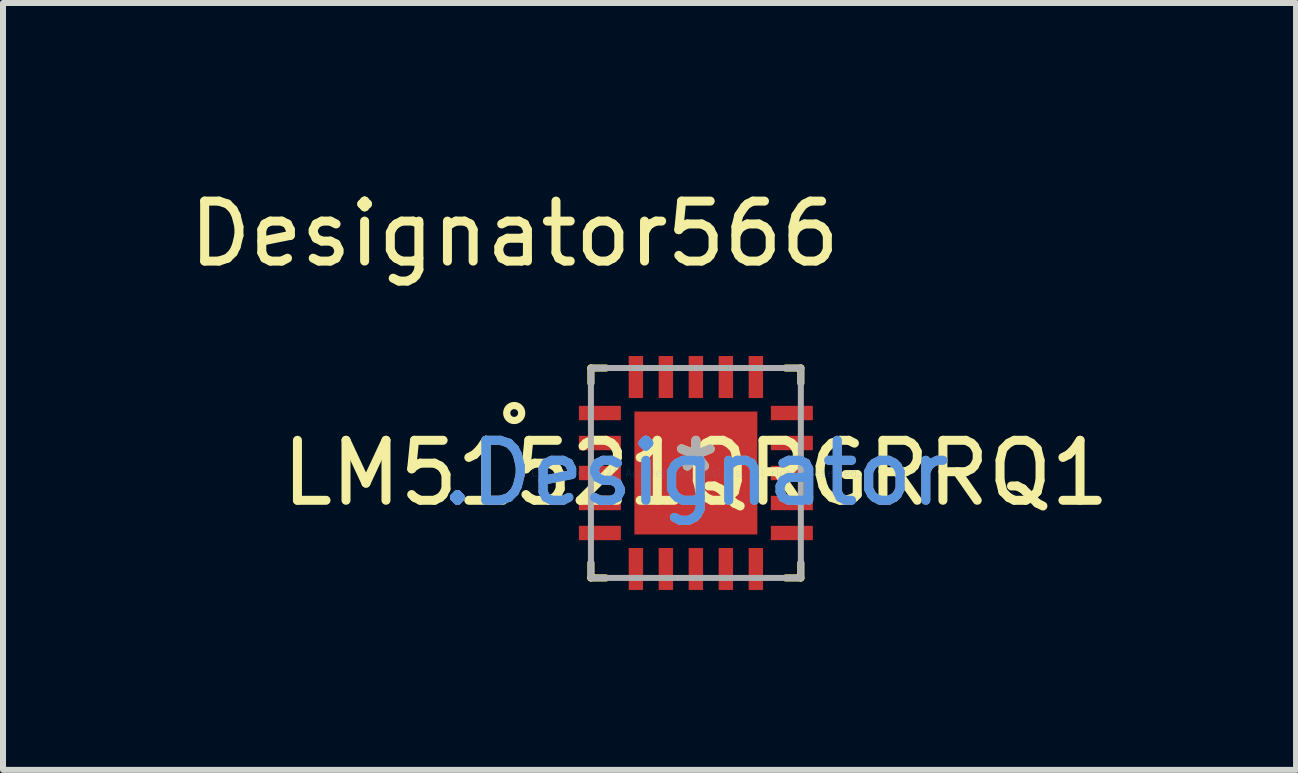
<source format=kicad_pcb>
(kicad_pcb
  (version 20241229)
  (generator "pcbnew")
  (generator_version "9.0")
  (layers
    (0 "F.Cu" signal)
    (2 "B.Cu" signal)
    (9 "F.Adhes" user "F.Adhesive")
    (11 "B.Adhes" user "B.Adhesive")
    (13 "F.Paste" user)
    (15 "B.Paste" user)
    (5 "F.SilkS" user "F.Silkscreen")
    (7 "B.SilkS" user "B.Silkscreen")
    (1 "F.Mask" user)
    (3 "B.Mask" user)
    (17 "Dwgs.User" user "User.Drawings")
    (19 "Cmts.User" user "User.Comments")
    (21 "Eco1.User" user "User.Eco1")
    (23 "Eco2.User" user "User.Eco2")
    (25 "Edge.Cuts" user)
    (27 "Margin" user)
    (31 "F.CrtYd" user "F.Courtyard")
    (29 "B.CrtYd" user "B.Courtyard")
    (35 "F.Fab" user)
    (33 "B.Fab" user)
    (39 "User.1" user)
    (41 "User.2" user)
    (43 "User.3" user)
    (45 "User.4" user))
  (footprint "LM51521QRGRRQ1"
    (layer "F.Cu")
    (at 8.552 4.836)
    (property "Reference" "LM51521QRGRRQ1" (at 0 0 0) (layer "F.SilkS") (effects (font (size 1 1) (thickness 0.15))))
    (attr through_hole)
    (fp_line (start -1.75 -1.75) (end -1.5 -1.75) (stroke (width 0.12) (type solid)) (layer "F.SilkS"))
    (fp_line (start -1.75 -1.5) (end -1.75 -1.75) (stroke (width 0.12) (type solid)) (layer "F.SilkS"))
    (fp_line (start -1.75 1.75) (end -1.75 1.5) (stroke (width 0.12) (type solid)) (layer "F.SilkS"))
    (fp_line (start -1.75 1.75) (end -1.5 1.75) (stroke (width 0.12) (type solid)) (layer "F.SilkS"))
    (fp_line (start 1.5 -1.75) (end 1.75 -1.75) (stroke (width 0.12) (type solid)) (layer "F.SilkS"))
    (fp_line (start 1.5 1.75) (end 1.75 1.75) (stroke (width 0.12) (type solid)) (layer "F.SilkS"))
    (fp_line (start 1.75 -1.5) (end 1.75 -1.75) (stroke (width 0.12) (type solid)) (layer "F.SilkS"))
    (fp_line (start 1.75 1.75) (end 1.75 1.5) (stroke (width 0.12) (type solid)) (layer "F.SilkS"))
    (fp_circle (center -3.029 -1) (end -2.904 -1) (stroke (width 0.12) (type solid)) (fill no) (layer "F.SilkS"))
    (fp_poly (pts (xy -0.68 0.68) (xy 0.68 0.68) (xy 0.68 -0.68) (xy -0.68 -0.68)) (stroke (width 0.1) (type solid)) (fill yes) (layer "F.Paste"))
    (fp_line (start -1.75 -1.75) (end 1.75 -1.75) (stroke (width 0.1) (type solid)) (layer "F.Fab"))
    (fp_line (start -1.75 1.75) (end -1.75 -1.75) (stroke (width 0.1) (type solid)) (layer "F.Fab"))
    (fp_line (start -1.75 1.75) (end 1.75 1.75) (stroke (width 0.1) (type solid)) (layer "F.Fab"))
    (fp_line (start 1.75 1.75) (end 1.75 -1.75) (stroke (width 0.1) (type solid)) (layer "F.Fab"))
    (fp_text user "*" (at 0 0 0) (layer "F.SilkS") (effects (font (size 1 1) (thickness 0.15))))
    (fp_text user "Designator566" (at -3.023 -3.988 0) (layer "F.SilkS") (effects (font (size 1 1) (thickness 0.15))))
    (fp_text user "Copyright 2021 Accelerated Designs. All rights reserved." (at 0 0 0) (layer "Cmts.User") (effects (font (size 0.127 0.127) (thickness 0.002))))
    (fp_text user ".Designator" (at 0 0 0) (layer "Cmts.User") (effects (font (size 1 1) (thickness 0.15))))
    (fp_text user ".Designator" (at 0 0 0) (layer "F.Fab") (effects (font (size 1 1) (thickness 0.15))))
    (fp_text user "*" (at 0 0 0) (layer "F.Fab") (effects (font (size 1 1) (thickness 0.15))))
    (pad "1" smd rect (at -1.6 -1) (size 0.7 0.24) (layers "F.Cu" "F.Mask" "F.Paste"))
    (pad "2" smd rect (at -1.6 -0.5) (size 0.7 0.24) (layers "F.Cu" "F.Mask" "F.Paste"))
    (pad "3" smd rect (at -1.6 0) (size 0.7 0.24) (layers "F.Cu" "F.Mask" "F.Paste"))
    (pad "4" smd rect (at -1.6 0.5) (size 0.7 0.24) (layers "F.Cu" "F.Mask" "F.Paste"))
    (pad "5" smd rect (at -1.6 1) (size 0.7 0.24) (layers "F.Cu" "F.Mask" "F.Paste"))
    (pad "6" smd rect (at -1 1.6 90) (size 0.7 0.24) (layers "F.Cu" "F.Mask" "F.Paste"))
    (pad "7" smd rect (at -0.5 1.6 90) (size 0.7 0.24) (layers "F.Cu" "F.Mask" "F.Paste"))
    (pad "8" smd rect (at 0 1.6 90) (size 0.7 0.24) (layers "F.Cu" "F.Mask" "F.Paste"))
    (pad "9" smd rect (at 0.5 1.6 90) (size 0.7 0.24) (layers "F.Cu" "F.Mask" "F.Paste"))
    (pad "10" smd rect (at 1 1.6 90) (size 0.7 0.24) (layers "F.Cu" "F.Mask" "F.Paste"))
    (pad "11" smd rect (at 1.6 1) (size 0.7 0.239) (layers "F.Cu" "F.Mask" "F.Paste"))
    (pad "12" smd rect (at 1.6 0.5) (size 0.7 0.239) (layers "F.Cu" "F.Mask" "F.Paste"))
    (pad "13" smd rect (at 1.6 0) (size 0.7 0.24) (layers "F.Cu" "F.Mask" "F.Paste"))
    (pad "14" smd rect (at 1.6 -0.5) (size 0.7 0.24) (layers "F.Cu" "F.Mask" "F.Paste"))
    (pad "15" smd rect (at 1.6 -1) (size 0.7 0.24) (layers "F.Cu" "F.Mask" "F.Paste"))
    (pad "16" smd rect (at 1 -1.6 90) (size 0.7 0.24) (layers "F.Cu" "F.Mask" "F.Paste"))
    (pad "17" smd rect (at 0.5 -1.6 90) (size 0.7 0.24) (layers "F.Cu" "F.Mask" "F.Paste"))
    (pad "18" smd rect (at 0 -1.6 90) (size 0.7 0.24) (layers "F.Cu" "F.Mask" "F.Paste"))
    (pad "19" smd rect (at -0.5 -1.6 90) (size 0.7 0.24) (layers "F.Cu" "F.Mask" "F.Paste"))
    (pad "20" smd rect (at -1 -1.6 90) (size 0.7 0.24) (layers "F.Cu" "F.Mask" "F.Paste"))
    (pad "21" smd rect (at 0 0) (size 2.05 2.05) (layers "F.Cu" "F.Mask")))
  (gr_rect
    (start -3 -3)
    (end 18.558 9.786)
    (stroke (width 0.1) (type default))
    (fill no)
    (layer "Edge.Cuts")))
</source>
